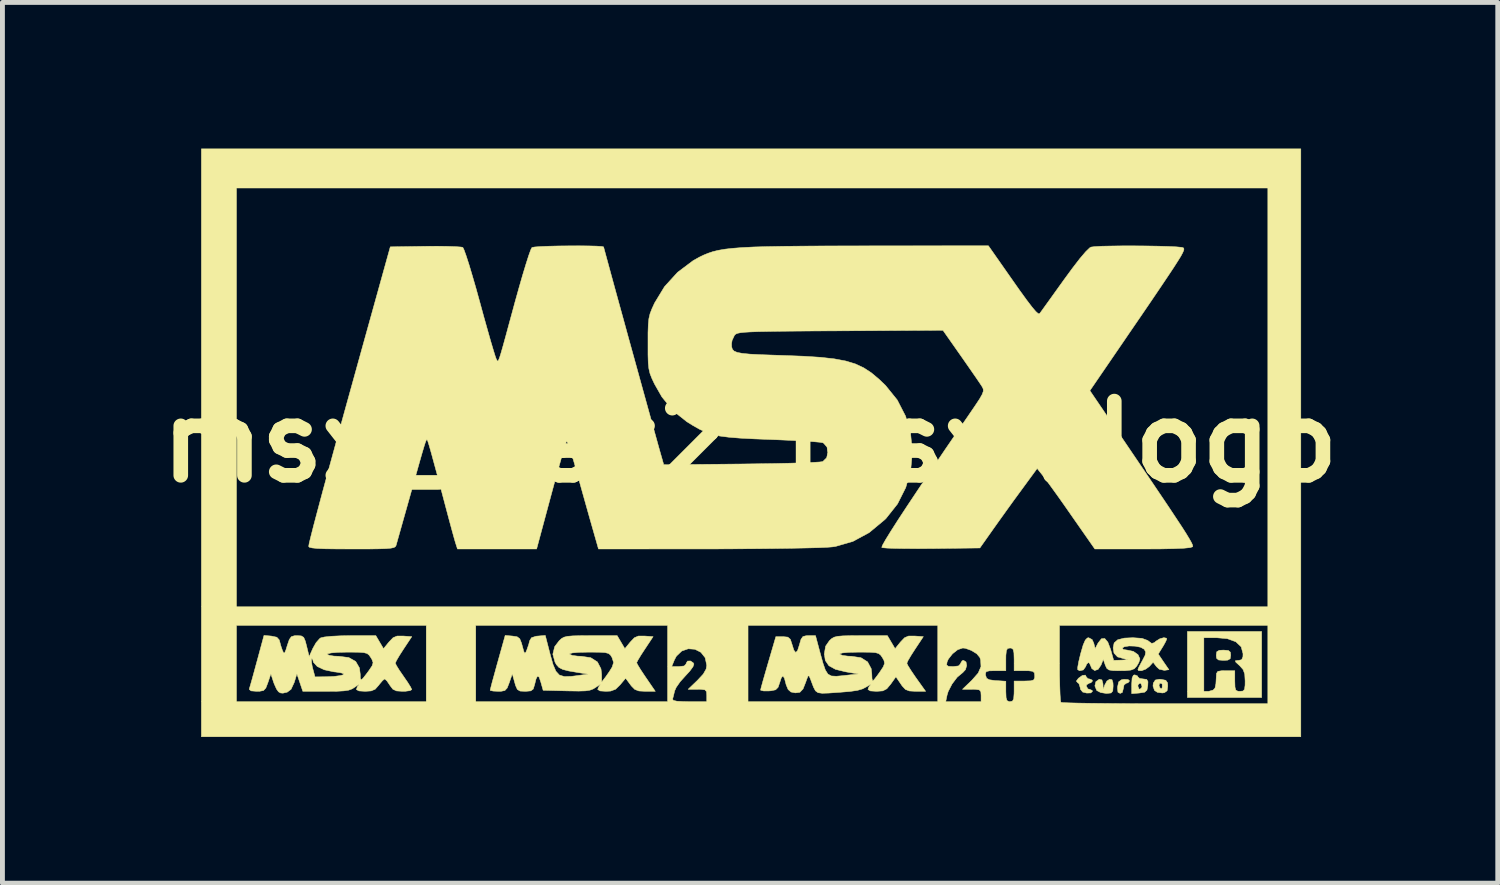
<source format=kicad_pcb>
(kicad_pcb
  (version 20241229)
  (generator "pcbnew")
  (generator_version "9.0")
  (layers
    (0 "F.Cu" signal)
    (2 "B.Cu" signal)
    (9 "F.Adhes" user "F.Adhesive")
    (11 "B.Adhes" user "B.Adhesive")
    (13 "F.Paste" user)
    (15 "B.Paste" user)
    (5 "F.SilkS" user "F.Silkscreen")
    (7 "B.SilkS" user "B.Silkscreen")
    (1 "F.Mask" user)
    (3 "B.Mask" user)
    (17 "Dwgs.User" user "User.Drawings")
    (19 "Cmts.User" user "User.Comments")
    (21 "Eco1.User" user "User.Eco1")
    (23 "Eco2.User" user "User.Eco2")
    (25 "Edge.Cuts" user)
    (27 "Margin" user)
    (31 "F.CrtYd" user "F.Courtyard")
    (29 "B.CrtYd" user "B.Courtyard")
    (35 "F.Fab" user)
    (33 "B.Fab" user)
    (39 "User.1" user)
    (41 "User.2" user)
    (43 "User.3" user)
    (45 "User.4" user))
  (footprint "msx_msx2_msx+logo"
    (layer "F.Cu")
    (at 12.344 6.016)
    (property "Reference" "msx_msx2_msx+logo" (at 0 0 0) (layer "F.SilkS") (effects (font (size 1.524 1.524) (thickness 0.3))))
    (attr through_hole)
    (fp_poly (pts (xy 9.816 4.284) (xy 9.857 4.319) (xy 9.864 4.381) (xy 9.853 4.453) (xy 9.803 4.482) (xy 9.716 4.487) (xy 9.615 4.479) (xy 9.574 4.444) (xy 9.567 4.381) (xy 9.578 4.31) (xy 9.628 4.281) (xy 9.716 4.276) (xy 9.816 4.284)) (stroke (width 0.01) (type solid)) (fill yes) (layer "F.SilkS"))
    (fp_poly (pts (xy 7.757 4.88) (xy 7.789 4.908) (xy 7.755 4.948) (xy 7.726 4.953) (xy 7.675 4.99) (xy 7.662 5.059) (xy 7.64 5.145) (xy 7.596 5.165) (xy 7.55 5.141) (xy 7.541 5.058) (xy 7.543 5.027) (xy 7.565 4.928) (xy 7.621 4.886) (xy 7.673 4.876) (xy 7.757 4.88)) (stroke (width 0.01) (type solid)) (fill yes) (layer "F.SilkS"))
    (fp_poly (pts (xy 7.428 4.884) (xy 7.448 4.947) (xy 7.451 5.013) (xy 7.444 5.114) (xy 7.409 5.156) (xy 7.321 5.165) (xy 7.308 5.165) (xy 7.195 5.147) (xy 7.116 5.106) (xy 7.114 5.103) (xy 7.076 5.011) (xy 7.097 4.924) (xy 7.165 4.876) (xy 7.221 4.888) (xy 7.242 4.964) (xy 7.243 4.982) (xy 7.247 5.063) (xy 7.257 5.063) (xy 7.277 4.996) (xy 7.324 4.91) (xy 7.378 4.876) (xy 7.428 4.884)) (stroke (width 0.01) (type solid)) (fill yes) (layer "F.SilkS"))
    (fp_poly (pts (xy 8.439 4.877) (xy 8.532 4.896) (xy 8.568 4.948) (xy 8.572 5.016) (xy 8.559 5.11) (xy 8.505 5.149) (xy 8.463 5.156) (xy 8.36 5.143) (xy 8.301 5.105) (xy 8.269 5.014) (xy 8.271 4.997) (xy 8.392 4.997) (xy 8.407 5.043) (xy 8.439 5.075) (xy 8.458 5.044) (xy 8.458 4.977) (xy 8.45 4.964) (xy 8.409 4.955) (xy 8.392 4.997) (xy 8.271 4.997) (xy 8.276 4.953) (xy 8.317 4.89) (xy 8.399 4.874) (xy 8.439 4.877)) (stroke (width 0.01) (type solid)) (fill yes) (layer "F.SilkS"))
    (fp_poly (pts (xy 6.9 4.826) (xy 6.935 4.864) (xy 6.964 4.868) (xy 7.02 4.891) (xy 7.027 4.911) (xy 6.993 4.948) (xy 6.964 4.953) (xy 6.908 4.987) (xy 6.9 5.016) (xy 6.934 5.073) (xy 6.964 5.08) (xy 7.02 5.103) (xy 7.027 5.122) (xy 6.993 5.155) (xy 6.91 5.158) (xy 6.826 5.137) (xy 6.781 5.081) (xy 6.773 5.038) (xy 6.749 4.964) (xy 6.721 4.943) (xy 6.696 4.912) (xy 6.739 4.854) (xy 6.82 4.796) (xy 6.881 4.789) (xy 6.9 4.826)) (stroke (width 0.01) (type solid)) (fill yes) (layer "F.SilkS"))
    (fp_poly (pts (xy 7.952 4.807) (xy 7.959 4.826) (xy 7.995 4.858) (xy 8.067 4.868) (xy 8.141 4.878) (xy 8.166 4.925) (xy 8.162 5.006) (xy 8.145 5.097) (xy 8.098 5.14) (xy 7.995 5.156) (xy 7.99 5.157) (xy 7.832 5.17) (xy 7.832 5.016) (xy 7.959 5.016) (xy 7.982 5.073) (xy 8.001 5.08) (xy 8.039 5.046) (xy 8.043 5.016) (xy 8.02 4.96) (xy 8.001 4.953) (xy 7.963 4.987) (xy 7.959 5.016) (xy 7.832 5.016) (xy 7.832 4.977) (xy 7.84 4.85) (xy 7.867 4.792) (xy 7.895 4.784) (xy 7.952 4.807)) (stroke (width 0.01) (type solid)) (fill yes) (layer "F.SilkS"))
    (fp_poly (pts (xy 10.499 5.249) (xy 8.975 5.249) (xy 8.975 4.022) (xy 9.313 4.022) (xy 9.313 5.122) (xy 9.415 5.122) (xy 9.503 5.097) (xy 9.542 5.055) (xy 9.56 4.968) (xy 9.567 4.848) (xy 9.567 4.844) (xy 9.572 4.755) (xy 9.6 4.713) (xy 9.675 4.7) (xy 9.758 4.699) (xy 9.948 4.699) (xy 9.948 4.911) (xy 9.952 5.036) (xy 9.969 5.099) (xy 10.012 5.12) (xy 10.054 5.122) (xy 10.117 5.116) (xy 10.148 5.081) (xy 10.159 4.997) (xy 10.16 4.909) (xy 10.152 4.768) (xy 10.119 4.676) (xy 10.049 4.597) (xy 10.044 4.592) (xy 9.97 4.525) (xy 9.958 4.496) (xy 10.002 4.489) (xy 10.022 4.489) (xy 10.089 4.473) (xy 10.115 4.412) (xy 10.117 4.35) (xy 10.079 4.209) (xy 9.969 4.105) (xy 9.792 4.041) (xy 9.575 4.022) (xy 9.313 4.022) (xy 8.975 4.022) (xy 8.975 3.895) (xy 10.499 3.895) (xy 10.499 5.249)) (stroke (width 0.01) (type solid)) (fill yes) (layer "F.SilkS"))
    (fp_poly (pts (xy 8.545 4.032) (xy 8.551 4.048) (xy 8.531 4.098) (xy 8.481 4.189) (xy 8.464 4.216) (xy 8.377 4.357) (xy 8.486 4.518) (xy 8.596 4.678) (xy 8.503 4.692) (xy 8.398 4.669) (xy 8.341 4.616) (xy 8.272 4.525) (xy 8.194 4.612) (xy 8.121 4.666) (xy 8.038 4.698) (xy 7.975 4.699) (xy 7.959 4.676) (xy 7.978 4.628) (xy 8.027 4.535) (xy 8.052 4.49) (xy 8.108 4.381) (xy 8.119 4.313) (xy 8.089 4.259) (xy 8.017 4.218) (xy 7.902 4.195) (xy 7.778 4.191) (xy 7.678 4.208) (xy 7.641 4.233) (xy 7.658 4.263) (xy 7.739 4.276) (xy 7.741 4.276) (xy 7.865 4.302) (xy 7.961 4.369) (xy 8.001 4.456) (xy 8.001 4.46) (xy 7.978 4.531) (xy 7.935 4.605) (xy 7.886 4.658) (xy 7.816 4.686) (xy 7.7 4.698) (xy 7.6 4.699) (xy 7.453 4.697) (xy 7.367 4.684) (xy 7.322 4.652) (xy 7.293 4.592) (xy 7.29 4.583) (xy 7.249 4.466) (xy 7.203 4.583) (xy 7.143 4.671) (xy 7.072 4.696) (xy 7.013 4.654) (xy 6.997 4.614) (xy 6.966 4.546) (xy 6.943 4.53) (xy 6.907 4.565) (xy 6.888 4.614) (xy 6.839 4.683) (xy 6.765 4.7) (xy 6.724 4.678) (xy 6.724 4.629) (xy 6.743 4.521) (xy 6.778 4.374) (xy 6.787 4.339) (xy 6.836 4.171) (xy 6.879 4.072) (xy 6.921 4.028) (xy 6.949 4.022) (xy 7.02 4.06) (xy 7.054 4.134) (xy 7.082 4.246) (xy 7.142 4.131) (xy 7.211 4.043) (xy 7.279 4.038) (xy 7.343 4.114) (xy 7.4 4.265) (xy 7.462 4.487) (xy 7.636 4.481) (xy 7.734 4.476) (xy 7.752 4.469) (xy 7.694 4.458) (xy 7.684 4.456) (xy 7.542 4.416) (xy 7.469 4.338) (xy 7.451 4.23) (xy 7.472 4.129) (xy 7.545 4.064) (xy 7.68 4.03) (xy 7.857 4.022) (xy 8.044 4.035) (xy 8.16 4.078) (xy 8.178 4.092) (xy 8.242 4.139) (xy 8.295 4.124) (xy 8.332 4.092) (xy 8.411 4.043) (xy 8.492 4.021) (xy 8.545 4.032)) (stroke (width 0.01) (type solid)) (fill yes) (layer "F.SilkS"))
    (fp_poly (pts (xy -4.875 3.988) (xy -4.78 4.003) (xy -4.727 4.043) (xy -4.691 4.132) (xy -4.675 4.191) (xy -4.644 4.303) (xy -4.623 4.342) (xy -4.601 4.318) (xy -4.583 4.276) (xy -4.543 4.161) (xy -4.524 4.085) (xy -4.486 4.022) (xy -4.39 3.991) (xy -4.356 3.988) (xy -4.203 3.975) (xy -4.103 4.363) (xy -4.044 4.572) (xy -3.986 4.709) (xy -3.914 4.788) (xy -3.813 4.819) (xy -3.669 4.815) (xy -3.57 4.803) (xy -3.323 4.769) (xy -3.534 4.736) (xy -3.722 4.704) (xy -3.844 4.673) (xy -3.922 4.633) (xy -3.973 4.577) (xy -4.003 4.524) (xy -4.048 4.361) (xy -4.046 4.352) (xy -3.704 4.352) (xy -3.704 4.36) (xy -3.65 4.385) (xy -3.541 4.4) (xy -3.467 4.403) (xy -3.27 4.432) (xy -3.133 4.519) (xy -3.06 4.66) (xy -3.047 4.771) (xy -3.046 4.932) (xy -2.964 4.826) (xy -2.887 4.716) (xy -2.831 4.625) (xy -2.801 4.531) (xy -2.831 4.435) (xy -2.836 4.424) (xy -2.867 4.375) (xy -2.906 4.345) (xy -2.974 4.327) (xy -3.086 4.32) (xy -3.261 4.318) (xy -3.312 4.318) (xy -3.517 4.322) (xy -3.65 4.334) (xy -3.704 4.352) (xy -4.046 4.352) (xy -4.01 4.205) (xy -3.916 4.082) (xy -3.869 4.039) (xy -3.818 4.011) (xy -3.746 3.993) (xy -3.636 3.984) (xy -3.472 3.98) (xy -3.271 3.979) (xy -2.728 3.979) (xy -2.649 4.113) (xy -2.57 4.247) (xy -2.458 4.11) (xy -2.374 4.022) (xy -2.291 3.987) (xy -2.168 3.987) (xy -1.99 4) (xy -2.159 4.255) (xy -2.242 4.382) (xy -2.302 4.482) (xy -2.328 4.534) (xy -2.328 4.535) (xy -2.306 4.58) (xy -2.247 4.677) (xy -2.162 4.805) (xy -2.137 4.842) (xy -1.945 5.122) (xy -2.15 5.122) (xy -2.282 5.115) (xy -2.366 5.083) (xy -2.437 5.011) (xy -2.454 4.988) (xy -2.554 4.853) (xy -2.667 4.988) (xy -2.76 5.079) (xy -2.861 5.117) (xy -2.956 5.122) (xy -3.08 5.114) (xy -3.128 5.083) (xy -3.104 5.026) (xy -3.08 4.998) (xy -3.075 4.982) (xy -3.126 5.012) (xy -3.156 5.033) (xy -3.219 5.073) (xy -3.288 5.099) (xy -3.382 5.113) (xy -3.518 5.117) (xy -3.715 5.114) (xy -3.766 5.113) (xy -4.247 5.101) (xy -4.295 4.932) (xy -4.33 4.831) (xy -4.362 4.809) (xy -4.393 4.869) (xy -4.422 4.985) (xy -4.45 5.075) (xy -4.5 5.113) (xy -4.601 5.122) (xy -4.616 5.122) (xy -4.72 5.117) (xy -4.776 5.084) (xy -4.813 5.003) (xy -4.83 4.942) (xy -4.88 4.763) (xy -4.941 4.942) (xy -4.985 5.054) (xy -5.033 5.106) (xy -5.114 5.122) (xy -5.168 5.122) (xy -5.273 5.117) (xy -5.33 5.104) (xy -5.334 5.099) (xy -5.323 5.052) (xy -5.294 4.939) (xy -5.249 4.776) (xy -5.195 4.579) (xy -5.18 4.526) (xy -5.026 3.975) (xy -4.875 3.988)) (stroke (width 0.01) (type solid)) (fill yes) (layer "F.SilkS"))
    (fp_poly (pts (xy 1.439 4.339) (xy 1.497 4.548) (xy 1.545 4.686) (xy 1.598 4.769) (xy 1.668 4.807) (xy 1.769 4.813) (xy 1.914 4.8) (xy 1.927 4.798) (xy 2.223 4.766) (xy 1.962 4.722) (xy 1.753 4.671) (xy 1.617 4.596) (xy 1.544 4.489) (xy 1.524 4.352) (xy 1.841 4.352) (xy 1.841 4.36) (xy 1.896 4.385) (xy 2.005 4.4) (xy 2.079 4.403) (xy 2.275 4.432) (xy 2.412 4.518) (xy 2.486 4.657) (xy 2.498 4.761) (xy 2.502 4.859) (xy 2.514 4.909) (xy 2.517 4.911) (xy 2.549 4.879) (xy 2.612 4.797) (xy 2.661 4.729) (xy 2.733 4.62) (xy 2.76 4.55) (xy 2.749 4.491) (xy 2.717 4.432) (xy 2.681 4.38) (xy 2.64 4.347) (xy 2.574 4.328) (xy 2.466 4.32) (xy 2.296 4.318) (xy 2.231 4.318) (xy 2.027 4.322) (xy 1.895 4.334) (xy 1.841 4.352) (xy 1.524 4.352) (xy 1.524 4.352) (xy 1.55 4.196) (xy 1.628 4.083) (xy 1.675 4.04) (xy 1.726 4.011) (xy 1.798 3.993) (xy 1.906 3.984) (xy 2.068 3.98) (xy 2.275 3.979) (xy 2.818 3.979) (xy 2.897 4.113) (xy 2.976 4.247) (xy 3.087 4.11) (xy 3.171 4.022) (xy 3.254 3.987) (xy 3.377 3.987) (xy 3.556 4) (xy 3.387 4.255) (xy 3.304 4.384) (xy 3.243 4.487) (xy 3.218 4.544) (xy 3.217 4.545) (xy 3.24 4.595) (xy 3.302 4.694) (xy 3.389 4.822) (xy 3.41 4.852) (xy 3.603 5.122) (xy 3.399 5.122) (xy 3.27 5.115) (xy 3.189 5.084) (xy 3.121 5.011) (xy 3.095 4.973) (xy 2.993 4.824) (xy 2.887 4.973) (xy 2.806 5.07) (xy 2.724 5.113) (xy 2.6 5.122) (xy 2.597 5.122) (xy 2.469 5.114) (xy 2.419 5.085) (xy 2.439 5.029) (xy 2.466 4.998) (xy 2.471 4.981) (xy 2.42 5.01) (xy 2.392 5.028) (xy 2.311 5.071) (xy 2.202 5.103) (xy 2.048 5.125) (xy 1.828 5.143) (xy 1.811 5.144) (xy 1.611 5.158) (xy 1.478 5.162) (xy 1.395 5.15) (xy 1.342 5.112) (xy 1.303 5.039) (xy 1.259 4.923) (xy 1.239 4.869) (xy 1.212 4.808) (xy 1.191 4.806) (xy 1.163 4.873) (xy 1.143 4.932) (xy 1.087 5.073) (xy 1.022 5.142) (xy 0.93 5.154) (xy 0.839 5.136) (xy 0.781 5.085) (xy 0.74 4.987) (xy 0.739 4.982) (xy 0.705 4.853) (xy 0.674 4.807) (xy 0.642 4.842) (xy 0.612 4.932) (xy 0.575 5.04) (xy 0.524 5.091) (xy 0.429 5.111) (xy 0.388 5.114) (xy 0.281 5.115) (xy 0.22 5.101) (xy 0.216 5.093) (xy 0.228 5.042) (xy 0.26 4.925) (xy 0.307 4.761) (xy 0.364 4.564) (xy 0.374 4.53) (xy 0.529 4) (xy 0.675 4) (xy 0.775 4.01) (xy 0.827 4.055) (xy 0.858 4.149) (xy 0.899 4.279) (xy 0.937 4.325) (xy 0.974 4.288) (xy 1.011 4.173) (xy 1.045 4.055) (xy 1.085 3.998) (xy 1.151 3.981) (xy 1.201 3.979) (xy 1.343 3.979) (xy 1.439 4.339)) (stroke (width 0.01) (type solid)) (fill yes) (layer "F.SilkS"))
    (fp_poly (pts (xy -9.825 3.988) (xy -9.713 4.012) (xy -9.663 4.067) (xy -9.658 4.085) (xy -9.629 4.192) (xy -9.6 4.276) (xy -9.574 4.333) (xy -9.553 4.335) (xy -9.526 4.272) (xy -9.498 4.18) (xy -9.457 4.06) (xy -9.415 4.001) (xy -9.351 3.981) (xy -9.295 3.979) (xy -9.21 3.985) (xy -9.161 4.015) (xy -9.128 4.091) (xy -9.101 4.195) (xy -9.049 4.41) (xy -9.027 4.36) (xy -8.678 4.36) (xy -8.64 4.383) (xy -8.541 4.399) (xy -8.444 4.403) (xy -8.236 4.429) (xy -8.094 4.509) (xy -8.017 4.642) (xy -8.001 4.769) (xy -7.999 4.854) (xy -7.984 4.886) (xy -7.948 4.86) (xy -7.878 4.771) (xy -7.823 4.697) (xy -7.757 4.599) (xy -7.737 4.535) (xy -7.759 4.471) (xy -7.782 4.432) (xy -7.818 4.38) (xy -7.859 4.346) (xy -7.926 4.328) (xy -8.035 4.32) (xy -8.205 4.318) (xy -8.265 4.318) (xy -8.458 4.322) (xy -8.598 4.334) (xy -8.671 4.351) (xy -8.678 4.36) (xy -9.027 4.36) (xy -8.973 4.24) (xy -8.907 4.124) (xy -8.833 4.04) (xy -8.812 4.025) (xy -8.736 4.007) (xy -8.594 3.992) (xy -8.406 3.983) (xy -8.203 3.979) (xy -7.681 3.979) (xy -7.602 4.113) (xy -7.523 4.247) (xy -7.411 4.11) (xy -7.327 4.022) (xy -7.244 3.987) (xy -7.121 3.987) (xy -6.943 4) (xy -7.112 4.255) (xy -7.195 4.384) (xy -7.255 4.486) (xy -7.281 4.542) (xy -7.281 4.544) (xy -7.258 4.593) (xy -7.198 4.69) (xy -7.113 4.813) (xy -7.112 4.815) (xy -7.027 4.938) (xy -6.966 5.036) (xy -6.943 5.087) (xy -6.943 5.087) (xy -6.98 5.108) (xy -7.076 5.121) (xy -7.131 5.122) (xy -7.256 5.114) (xy -7.331 5.079) (xy -7.391 5.001) (xy -7.394 4.995) (xy -7.452 4.91) (xy -7.495 4.869) (xy -7.499 4.868) (xy -7.541 4.9) (xy -7.606 4.976) (xy -7.62 4.995) (xy -7.693 5.078) (xy -7.777 5.114) (xy -7.898 5.122) (xy -8.027 5.114) (xy -8.079 5.086) (xy -8.062 5.031) (xy -8.033 4.997) (xy -8.027 4.981) (xy -8.076 5.011) (xy -8.102 5.03) (xy -8.165 5.071) (xy -8.237 5.098) (xy -8.336 5.113) (xy -8.482 5.121) (xy -8.693 5.122) (xy -8.702 5.122) (xy -9.179 5.122) (xy -9.24 4.942) (xy -9.301 4.763) (xy -9.355 4.939) (xy -9.421 5.081) (xy -9.499 5.139) (xy -9.588 5.16) (xy -9.638 5.155) (xy -9.678 5.132) (xy -9.719 5.075) (xy -9.766 4.97) (xy -9.78 4.932) (xy -9.835 4.763) (xy -9.895 4.942) (xy -9.938 5.054) (xy -9.986 5.106) (xy -10.067 5.121) (xy -10.126 5.122) (xy -10.241 5.113) (xy -10.279 5.082) (xy -10.277 5.069) (xy -10.259 5.01) (xy -10.224 4.887) (xy -10.177 4.716) (xy -10.123 4.517) (xy -10.12 4.507) (xy -9.003 4.507) (xy -8.987 4.608) (xy -8.976 4.652) (xy -8.929 4.826) (xy -8.687 4.823) (xy -8.538 4.816) (xy -8.413 4.8) (xy -8.361 4.787) (xy -8.336 4.765) (xy -8.382 4.746) (xy -8.504 4.726) (xy -8.543 4.722) (xy -8.739 4.68) (xy -8.883 4.612) (xy -8.963 4.524) (xy -8.975 4.472) (xy -8.992 4.45) (xy -8.999 4.455) (xy -9.003 4.507) (xy -10.12 4.507) (xy -10.117 4.496) (xy -9.976 3.975) (xy -9.825 3.988)) (stroke (width 0.01) (type solid)) (fill yes) (layer "F.SilkS"))
    (fp_poly (pts (xy 11.303 6.054) (xy -11.261 6.054) (xy -11.261 3.768) (xy -10.541 3.768) (xy -10.541 5.334) (xy -6.646 5.334) (xy -6.646 3.768) (xy -5.63 3.768) (xy -5.63 5.334) (xy -1.693 5.334) (xy -1.693 4.614) (xy -1.609 4.614) (xy -1.461 4.614) (xy -1.353 4.602) (xy -1.313 4.56) (xy -1.312 4.548) (xy -1.284 4.501) (xy -1.222 4.499) (xy -1.166 4.538) (xy -1.153 4.562) (xy -1.172 4.618) (xy -1.239 4.709) (xy -1.329 4.807) (xy -1.436 4.926) (xy -1.516 5.041) (xy -1.548 5.113) (xy -1.573 5.218) (xy -1.59 5.281) (xy -1.575 5.308) (xy -1.503 5.325) (xy -1.363 5.333) (xy -1.248 5.334) (xy -0.889 5.334) (xy -0.889 5.207) (xy -0.894 5.129) (xy -0.926 5.092) (xy -1.007 5.081) (xy -1.08 5.08) (xy -1.271 5.08) (xy -1.08 4.897) (xy -0.961 4.769) (xy -0.902 4.665) (xy -0.889 4.589) (xy -0.922 4.432) (xy -1.01 4.321) (xy -1.132 4.259) (xy -1.269 4.249) (xy -1.402 4.295) (xy -1.512 4.4) (xy -1.553 4.477) (xy -1.609 4.614) (xy -1.693 4.614) (xy -1.693 3.768) (xy -0.042 3.768) (xy -0.042 5.334) (xy 3.852 5.334) (xy 4.015 5.334) (xy 4.741 5.334) (xy 4.741 5.207) (xy 4.736 5.129) (xy 4.704 5.092) (xy 4.623 5.081) (xy 4.55 5.08) (xy 4.359 5.08) (xy 4.55 4.897) (xy 4.674 4.756) (xy 4.83 4.756) (xy 4.834 4.794) (xy 4.854 4.854) (xy 4.91 4.885) (xy 5.024 4.901) (xy 5.048 4.902) (xy 5.249 4.915) (xy 5.249 5.125) (xy 5.254 5.251) (xy 5.273 5.313) (xy 5.316 5.333) (xy 5.334 5.334) (xy 5.385 5.323) (xy 5.41 5.276) (xy 5.418 5.171) (xy 5.419 5.122) (xy 5.419 4.911) (xy 5.63 4.911) (xy 5.756 4.907) (xy 5.819 4.89) (xy 5.84 4.847) (xy 5.842 4.805) (xy 5.835 4.742) (xy 5.8 4.711) (xy 5.715 4.7) (xy 5.63 4.699) (xy 5.419 4.699) (xy 5.419 4.466) (xy 5.415 4.332) (xy 5.399 4.262) (xy 5.364 4.236) (xy 5.334 4.233) (xy 5.285 4.243) (xy 5.26 4.287) (xy 5.25 4.384) (xy 5.249 4.466) (xy 5.249 4.699) (xy 5.035 4.699) (xy 4.909 4.702) (xy 4.847 4.718) (xy 4.83 4.756) (xy 4.674 4.756) (xy 4.681 4.749) (xy 4.739 4.615) (xy 4.732 4.479) (xy 4.715 4.426) (xy 4.652 4.351) (xy 4.541 4.283) (xy 4.419 4.239) (xy 4.365 4.233) (xy 4.262 4.267) (xy 4.154 4.352) (xy 4.069 4.461) (xy 4.043 4.519) (xy 4.034 4.582) (xy 4.07 4.609) (xy 4.167 4.614) (xy 4.278 4.601) (xy 4.318 4.559) (xy 4.318 4.551) (xy 4.352 4.495) (xy 4.381 4.487) (xy 4.432 4.519) (xy 4.445 4.593) (xy 4.421 4.677) (xy 4.364 4.739) (xy 4.362 4.74) (xy 4.251 4.832) (xy 4.145 4.972) (xy 4.066 5.125) (xy 4.044 5.196) (xy 4.015 5.334) (xy 3.852 5.334) (xy 3.852 3.768) (xy 6.35 3.768) (xy 6.35 4.544) (xy 6.351 4.792) (xy 6.356 5.01) (xy 6.362 5.185) (xy 6.37 5.303) (xy 6.378 5.348) (xy 6.425 5.354) (xy 6.548 5.359) (xy 6.74 5.364) (xy 6.991 5.368) (xy 7.295 5.371) (xy 7.642 5.374) (xy 8.025 5.376) (xy 8.436 5.376) (xy 8.516 5.376) (xy 10.626 5.376) (xy 10.626 3.768) (xy 6.35 3.768) (xy 3.852 3.768) (xy -0.042 3.768) (xy -1.693 3.768) (xy -5.63 3.768) (xy -6.646 3.768) (xy -10.541 3.768) (xy -11.261 3.768) (xy -11.261 -5.207) (xy -10.541 -5.207) (xy -10.541 3.387) (xy 10.626 3.387) (xy 10.626 -5.207) (xy -10.541 -5.207) (xy -11.261 -5.207) (xy -11.261 -6.011) (xy 11.303 -6.011) (xy 11.303 6.054)) (stroke (width 0.01) (type solid)) (fill yes) (layer "F.SilkS"))
    (fp_poly (pts (xy 5.349 -3.368) (xy 5.534 -3.105) (xy 5.678 -2.906) (xy 5.786 -2.765) (xy 5.862 -2.675) (xy 5.911 -2.631) (xy 5.939 -2.626) (xy 5.942 -2.629) (xy 5.97 -2.667) (xy 6.039 -2.763) (xy 6.142 -2.906) (xy 6.271 -3.086) (xy 6.418 -3.291) (xy 6.43 -3.308) (xy 6.614 -3.559) (xy 6.768 -3.759) (xy 6.889 -3.901) (xy 6.972 -3.981) (xy 6.998 -3.995) (xy 7.077 -4.005) (xy 7.221 -4.013) (xy 7.415 -4.017) (xy 7.642 -4.02) (xy 7.888 -4.02) (xy 8.137 -4.018) (xy 8.373 -4.014) (xy 8.582 -4.008) (xy 8.748 -4) (xy 8.854 -3.99) (xy 8.886 -3.983) (xy 8.899 -3.972) (xy 8.904 -3.954) (xy 8.898 -3.925) (xy 8.878 -3.878) (xy 8.84 -3.807) (xy 8.779 -3.709) (xy 8.694 -3.576) (xy 8.579 -3.403) (xy 8.432 -3.184) (xy 8.25 -2.915) (xy 8.028 -2.589) (xy 7.762 -2.201) (xy 7.651 -2.038) (xy 6.974 -1.049) (xy 7.625 -0.091) (xy 7.931 0.361) (xy 8.193 0.747) (xy 8.413 1.073) (xy 8.596 1.345) (xy 8.743 1.567) (xy 8.86 1.744) (xy 8.948 1.882) (xy 9.011 1.986) (xy 9.053 2.06) (xy 9.077 2.11) (xy 9.085 2.14) (xy 9.083 2.155) (xy 9.033 2.172) (xy 8.905 2.185) (xy 8.697 2.194) (xy 8.408 2.2) (xy 8.065 2.201) (xy 7.076 2.201) (xy 6.611 1.535) (xy 6.457 1.314) (xy 6.31 1.106) (xy 6.18 0.926) (xy 6.079 0.788) (xy 6.019 0.708) (xy 5.892 0.548) (xy 5.571 0.986) (xy 5.414 1.2) (xy 5.244 1.436) (xy 5.083 1.661) (xy 4.983 1.802) (xy 4.716 2.18) (xy 3.726 2.192) (xy 3.445 2.193) (xy 3.191 2.192) (xy 2.978 2.189) (xy 2.818 2.183) (xy 2.723 2.175) (xy 2.702 2.169) (xy 2.717 2.125) (xy 2.778 2.016) (xy 2.884 1.844) (xy 3.032 1.612) (xy 3.221 1.324) (xy 3.448 0.983) (xy 3.711 0.592) (xy 4.007 0.154) (xy 4.336 -0.327) (xy 4.489 -0.549) (xy 4.621 -0.743) (xy 4.711 -0.879) (xy 4.764 -0.973) (xy 4.787 -1.037) (xy 4.785 -1.083) (xy 4.765 -1.126) (xy 4.755 -1.142) (xy 4.707 -1.214) (xy 4.621 -1.34) (xy 4.507 -1.504) (xy 4.377 -1.691) (xy 4.323 -1.768) (xy 3.958 -2.288) (xy 1.849 -2.276) (xy 1.372 -2.274) (xy 0.972 -2.271) (xy 0.643 -2.268) (xy 0.377 -2.264) (xy 0.167 -2.26) (xy 0.007 -2.254) (xy -0.112 -2.247) (xy -0.196 -2.238) (xy -0.252 -2.227) (xy -0.287 -2.213) (xy -0.309 -2.197) (xy -0.321 -2.183) (xy -0.369 -2.081) (xy -0.38 -2.013) (xy -0.378 -1.949) (xy -0.364 -1.899) (xy -0.329 -1.861) (xy -0.263 -1.833) (xy -0.157 -1.813) (xy -0.001 -1.798) (xy 0.214 -1.787) (xy 0.5 -1.777) (xy 0.686 -1.771) (xy 1.103 -1.755) (xy 1.447 -1.733) (xy 1.731 -1.701) (xy 1.965 -1.657) (xy 2.162 -1.597) (xy 2.333 -1.517) (xy 2.49 -1.414) (xy 2.645 -1.284) (xy 2.78 -1.155) (xy 3.02 -0.858) (xy 3.192 -0.524) (xy 3.295 -0.164) (xy 3.33 0.208) (xy 3.297 0.58) (xy 3.195 0.94) (xy 3.026 1.276) (xy 2.789 1.575) (xy 2.762 1.601) (xy 2.444 1.865) (xy 2.109 2.046) (xy 1.755 2.148) (xy 1.686 2.158) (xy 1.584 2.166) (xy 1.406 2.174) (xy 1.162 2.18) (xy 0.862 2.186) (xy 0.514 2.191) (xy 0.128 2.195) (xy -0.288 2.198) (xy -0.723 2.2) (xy -0.868 2.2) (xy -3.111 2.201) (xy -3.289 1.577) (xy -3.366 1.304) (xy -3.449 1.008) (xy -3.529 0.722) (xy -3.596 0.48) (xy -3.603 0.454) (xy -3.658 0.267) (xy -3.706 0.117) (xy -3.744 0.019) (xy -3.766 -0.012) (xy -3.767 -0.011) (xy -3.785 0.037) (xy -3.822 0.155) (xy -3.873 0.334) (xy -3.937 0.561) (xy -4.011 0.826) (xy -4.088 1.111) (xy -4.381 2.201) (xy -5.193 2.201) (xy -6.005 2.201) (xy -6.049 2.064) (xy -6.072 1.984) (xy -6.113 1.836) (xy -6.168 1.633) (xy -6.233 1.389) (xy -6.305 1.117) (xy -6.347 0.958) (xy -6.419 0.684) (xy -6.486 0.439) (xy -6.542 0.233) (xy -6.586 0.079) (xy -6.615 -0.013) (xy -6.623 -0.033) (xy -6.631 -0.041) (xy -6.639 -0.04) (xy -6.65 -0.022) (xy -6.667 0.022) (xy -6.692 0.101) (xy -6.729 0.224) (xy -6.779 0.399) (xy -6.845 0.634) (xy -6.931 0.94) (xy -6.964 1.058) (xy -7.043 1.339) (xy -7.115 1.594) (xy -7.177 1.814) (xy -7.225 1.984) (xy -7.256 2.094) (xy -7.265 2.127) (xy -7.279 2.152) (xy -7.31 2.171) (xy -7.371 2.184) (xy -7.47 2.193) (xy -7.62 2.198) (xy -7.832 2.201) (xy -8.115 2.201) (xy -8.173 2.201) (xy -8.482 2.2) (xy -8.716 2.197) (xy -8.881 2.19) (xy -8.988 2.179) (xy -9.045 2.165) (xy -9.059 2.148) (xy -9.048 2.083) (xy -9.013 1.939) (xy -8.956 1.715) (xy -8.876 1.413) (xy -8.775 1.034) (xy -8.651 0.578) (xy -8.506 0.048) (xy -8.34 -0.557) (xy -8.152 -1.235) (xy -7.99 -1.82) (xy -7.384 -4) (xy -6.666 -4.011) (xy -6.425 -4.013) (xy -6.213 -4.01) (xy -6.043 -4.004) (xy -5.932 -3.996) (xy -5.895 -3.988) (xy -5.871 -3.939) (xy -5.828 -3.82) (xy -5.77 -3.641) (xy -5.702 -3.413) (xy -5.625 -3.148) (xy -5.546 -2.862) (xy -5.466 -2.569) (xy -5.39 -2.299) (xy -5.324 -2.066) (xy -5.269 -1.881) (xy -5.23 -1.755) (xy -5.21 -1.7) (xy -5.197 -1.676) (xy -5.187 -1.658) (xy -5.175 -1.656) (xy -5.161 -1.678) (xy -5.14 -1.731) (xy -5.111 -1.823) (xy -5.071 -1.963) (xy -5.017 -2.158) (xy -4.947 -2.417) (xy -4.857 -2.747) (xy -4.828 -2.855) (xy -4.746 -3.148) (xy -4.67 -3.413) (xy -4.601 -3.641) (xy -4.544 -3.82) (xy -4.501 -3.939) (xy -4.476 -3.987) (xy -4.421 -3.997) (xy -4.301 -4.006) (xy -4.133 -4.013) (xy -3.934 -4.018) (xy -3.72 -4.02) (xy -3.507 -4.021) (xy -3.313 -4.019) (xy -3.154 -4.015) (xy -3.046 -4.008) (xy -3.006 -3.999) (xy -3.006 -3.998) (xy -2.995 -3.956) (xy -2.964 -3.841) (xy -2.915 -3.662) (xy -2.852 -3.43) (xy -2.776 -3.152) (xy -2.69 -2.839) (xy -2.596 -2.499) (xy -2.498 -2.141) (xy -2.397 -1.776) (xy -2.296 -1.411) (xy -2.198 -1.056) (xy -2.105 -0.72) (xy -2.02 -0.413) (xy -1.945 -0.143) (xy -1.883 0.081) (xy -1.836 0.248) (xy -1.818 0.31) (xy -1.772 0.472) (xy -0.177 0.457) (xy 0.185 0.452) (xy 0.521 0.447) (xy 0.824 0.44) (xy 1.081 0.432) (xy 1.284 0.424) (xy 1.423 0.416) (xy 1.489 0.408) (xy 1.491 0.407) (xy 1.57 0.331) (xy 1.599 0.221) (xy 1.579 0.11) (xy 1.509 0.029) (xy 1.491 0.02) (xy 1.429 0.01) (xy 1.295 -0.002) (xy 1.103 -0.014) (xy 0.866 -0.027) (xy 0.596 -0.039) (xy 0.445 -0.045) (xy 0.084 -0.059) (xy -0.205 -0.074) (xy -0.436 -0.093) (xy -0.621 -0.117) (xy -0.774 -0.151) (xy -0.909 -0.197) (xy -1.038 -0.257) (xy -1.174 -0.334) (xy -1.297 -0.41) (xy -1.576 -0.632) (xy -1.811 -0.922) (xy -1.961 -1.185) (xy -2.016 -1.302) (xy -2.054 -1.4) (xy -2.077 -1.499) (xy -2.09 -1.62) (xy -2.095 -1.785) (xy -2.095 -2.011) (xy -2.095 -2.239) (xy -2.089 -2.404) (xy -2.077 -2.526) (xy -2.053 -2.628) (xy -2.014 -2.729) (xy -1.959 -2.849) (xy -1.756 -3.183) (xy -1.487 -3.478) (xy -1.169 -3.717) (xy -1.042 -3.788) (xy -0.951 -3.832) (xy -0.86 -3.869) (xy -0.762 -3.902) (xy -0.65 -3.929) (xy -0.517 -3.952) (xy -0.358 -3.97) (xy -0.164 -3.985) (xy 0.069 -3.997) (xy 0.35 -4.005) (xy 0.684 -4.011) (xy 1.077 -4.015) (xy 1.538 -4.018) (xy 2.071 -4.019) (xy 2.52 -4.02) (xy 4.891 -4.022) (xy 5.349 -3.368)) (stroke (width 0.01) (type solid)) (fill yes) (layer "F.SilkS")))
  (gr_rect
    (start -3 -3)
    (end 27.689 15.075)
    (stroke (width 0.1) (type default))
    (fill no)
    (layer "Edge.Cuts")))
</source>
